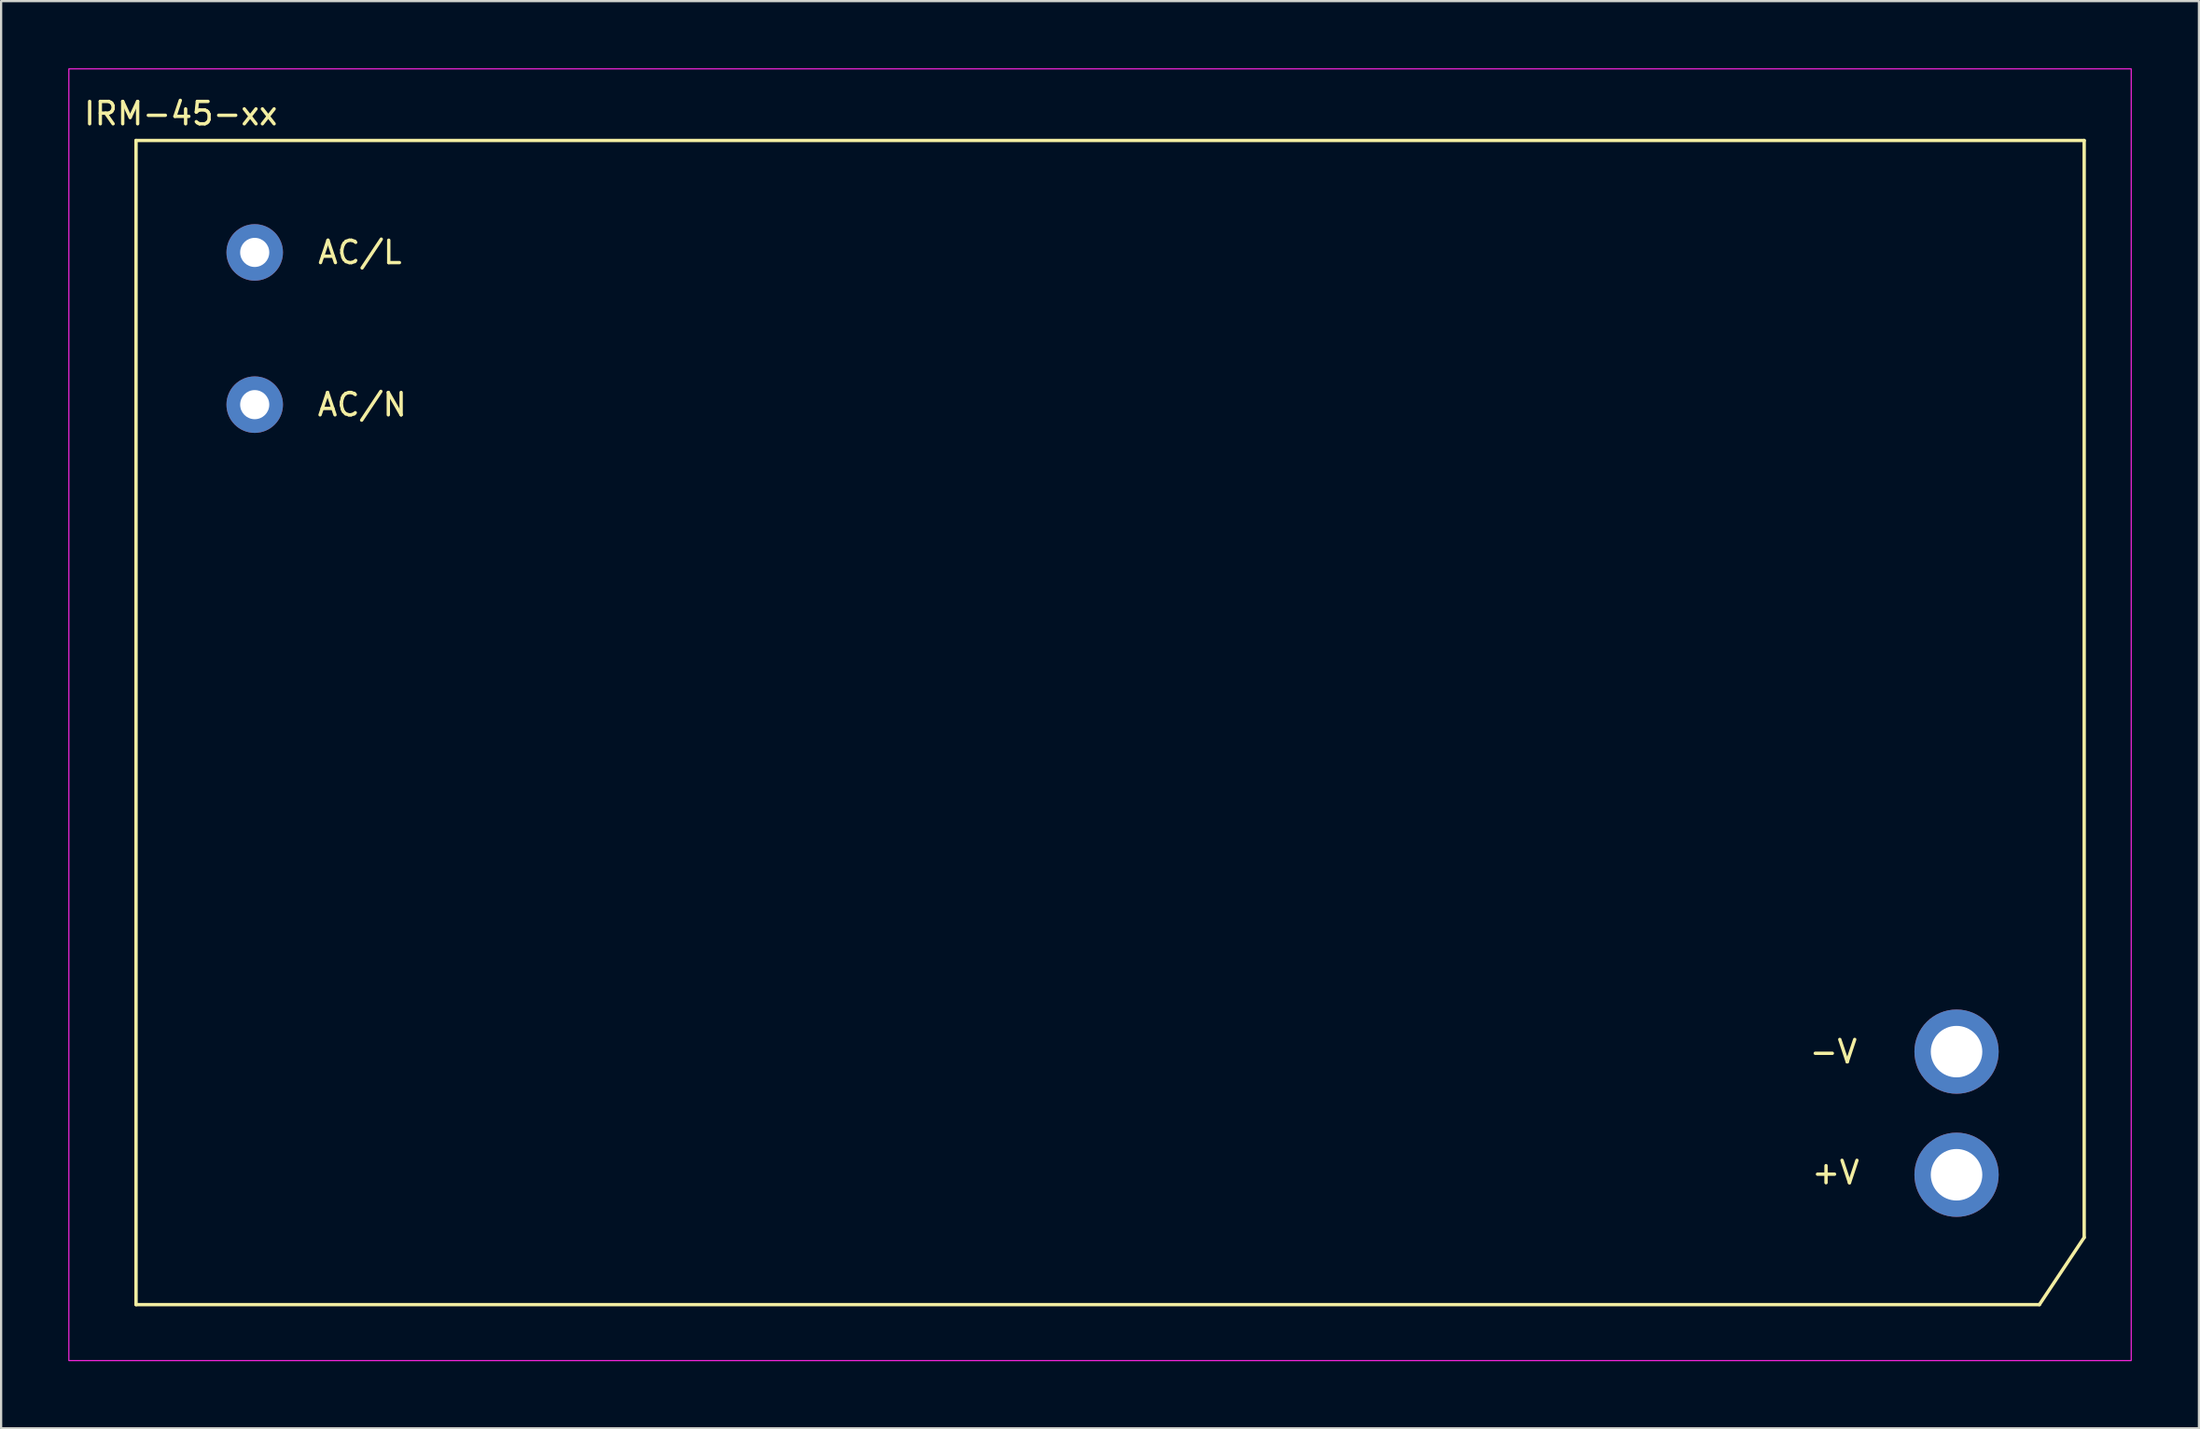
<source format=kicad_pcb>
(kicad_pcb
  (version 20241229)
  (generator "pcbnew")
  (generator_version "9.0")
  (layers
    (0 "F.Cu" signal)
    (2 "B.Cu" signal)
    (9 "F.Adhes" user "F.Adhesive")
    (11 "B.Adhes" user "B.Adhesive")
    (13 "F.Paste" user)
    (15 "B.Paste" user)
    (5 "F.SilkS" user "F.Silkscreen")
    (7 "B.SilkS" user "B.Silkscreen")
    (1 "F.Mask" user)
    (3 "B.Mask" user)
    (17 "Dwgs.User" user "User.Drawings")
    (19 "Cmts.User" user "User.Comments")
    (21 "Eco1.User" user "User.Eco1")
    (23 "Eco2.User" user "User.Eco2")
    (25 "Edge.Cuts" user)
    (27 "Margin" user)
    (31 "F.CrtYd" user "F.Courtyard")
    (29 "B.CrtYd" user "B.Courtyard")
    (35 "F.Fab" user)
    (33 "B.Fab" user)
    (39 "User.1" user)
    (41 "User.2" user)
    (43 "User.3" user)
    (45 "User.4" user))
  (footprint "IRM-45-xx"
    (layer "F.Cu")
    (at 3.025 55.225)
    (property "Reference" "IRM-45-xx" (at 2 -53.2 0) (layer "F.SilkS") (effects (font (size 1 1) (thickness 0.15))))
    (attr through_hole)
    (fp_line (start 0 -52) (end 87 -52) (stroke (width 0.15) (type solid)) (layer "F.SilkS"))
    (fp_line (start 0 0) (end 0 -52) (stroke (width 0.15) (type solid)) (layer "F.SilkS"))
    (fp_line (start 0 0) (end 85 0) (stroke (width 0.15) (type solid)) (layer "F.SilkS"))
    (fp_line (start 85 0) (end 87 -3) (stroke (width 0.15) (type solid)) (layer "F.SilkS"))
    (fp_line (start 87 -3) (end 87 -52) (stroke (width 0.15) (type solid)) (layer "F.SilkS"))
    (fp_rect (start -3 -55.2) (end 89.1 2.5) (stroke (width 0.05) (type solid)) (fill no) (layer "F.CrtYd"))
    (fp_text user "AC/L" (at 10 -47 0) (layer "F.SilkS") (effects (font (size 1 1) (thickness 0.15))))
    (fp_text user "AC/N" (at 10.1 -40.2 0) (layer "F.SilkS") (effects (font (size 1 1) (thickness 0.15))))
    (fp_text user "+V" (at 75.9 -5.9 0) (layer "F.SilkS") (effects (font (size 1 1) (thickness 0.15))))
    (fp_text user "-V" (at 75.8 -11.3 0) (layer "F.SilkS") (effects (font (size 1 1) (thickness 0.15))))
    (pad "1" thru_hole circle (at 5.3 -47) (size 2.524 2.524) (drill 1.3) (layers "*.Cu" "*.Mask"))
    (pad "2" thru_hole circle (at 5.3 -40.2) (size 2.524 2.524) (drill 1.3) (layers "*.Cu" "*.Mask"))
    (pad "3" thru_hole circle (at 81.3 -11.3) (size 3.762 3.762) (drill 2.3) (layers "*.Cu" "*.Mask"))
    (pad "4" thru_hole circle (at 81.3 -5.8) (size 3.762 3.762) (drill 2.3) (layers "*.Cu" "*.Mask")))
  (gr_rect
    (start -3 -3)
    (end 95.15 60.75)
    (stroke (width 0.1) (type default))
    (fill no)
    (layer "Edge.Cuts")))
</source>
